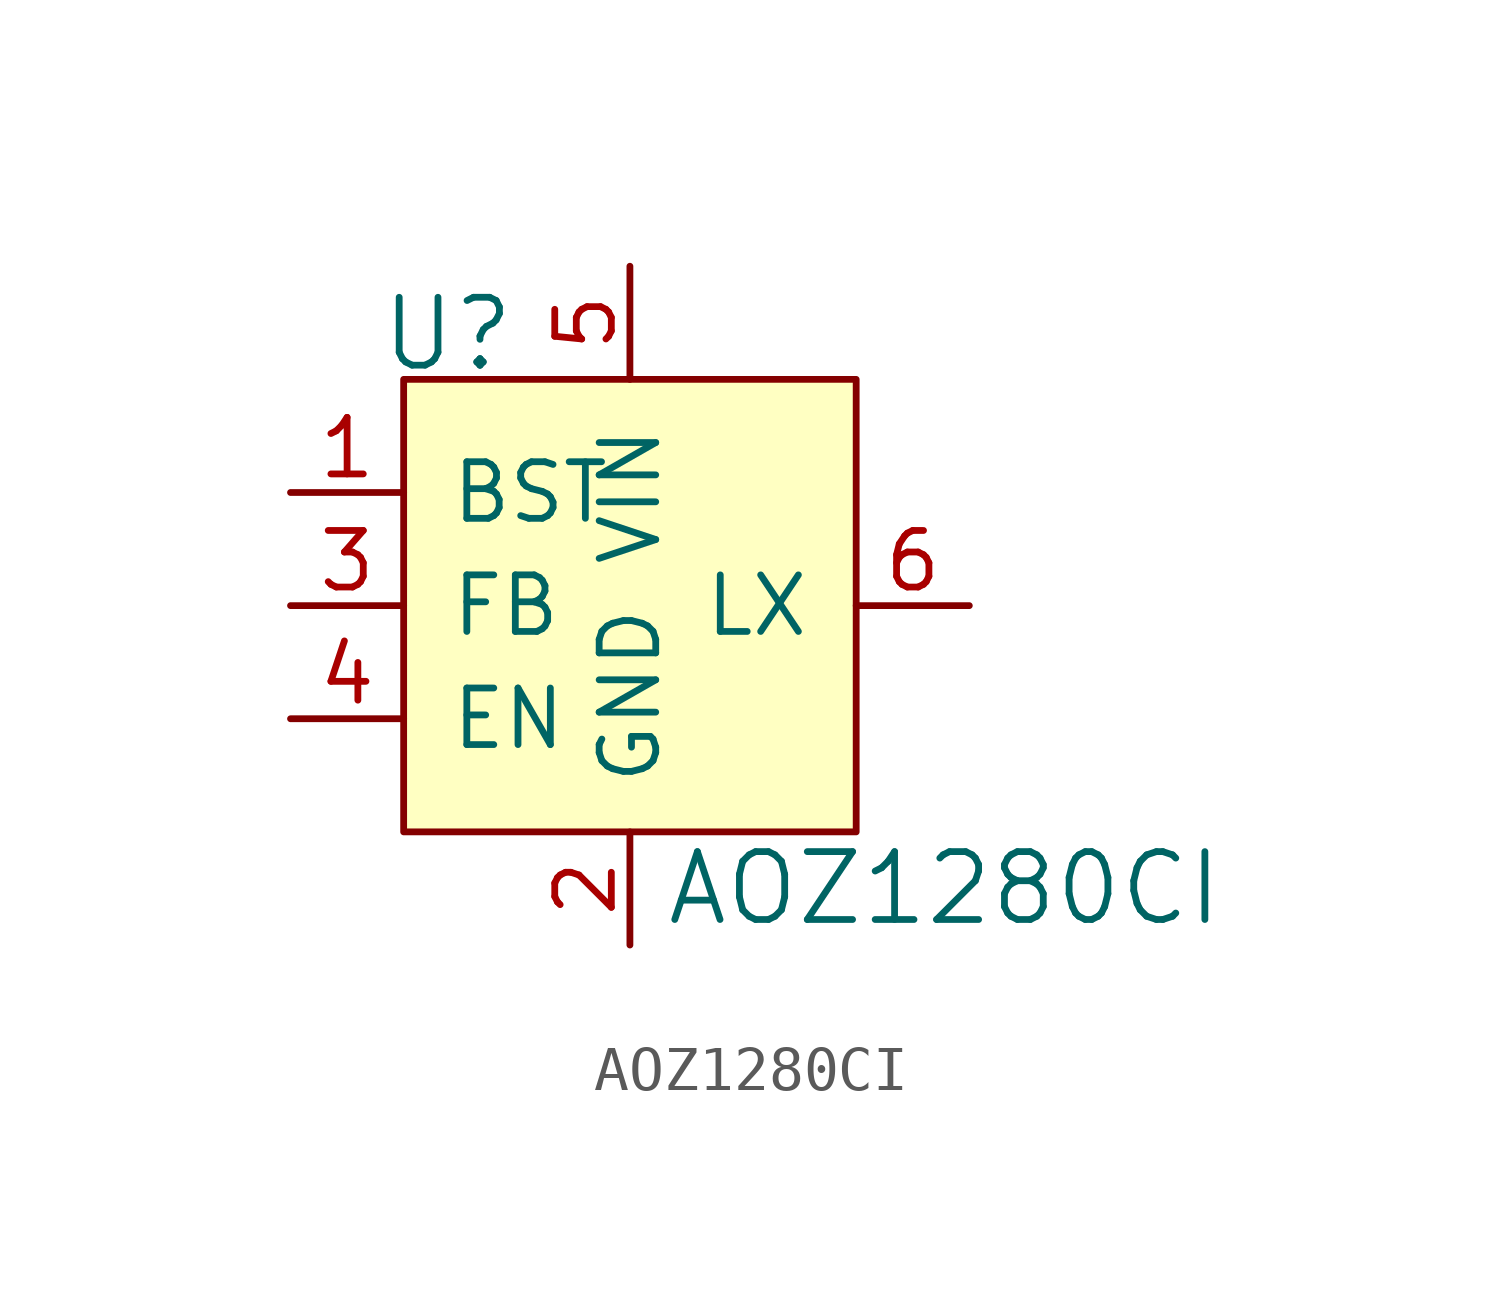
<source format=kicad_sym>
(kicad_symbol_lib
  (version 20201005)
  (generator kicad_symbol_editor)
  (symbol "AOZ1280CI"
    (pin_names
      (offset 1.016))
    (property "Reference" "U"
      (at -2.54 3.556 0)
      (effects (font (size 1.524 1.524)) (justify right)))
    (property "Value" "AOZ1280CI"
      (at 0.762 -8.89 0)
      (effects (font (size 1.524 1.524)) (justify left)))
    (symbol "AOZ1280CI_0_1"
      (rectangle (start -5.08 2.54) (end 5.08 -7.62) (stroke (width 0)) (fill (type background))))
    (symbol "AOZ1280CI_1_1"
      (pin passive line (at -7.62 0 0) (length 2.54) (name "BST" (effects (font (size 1.27 1.27)))) (number "1" (effects (font (size 1.27 1.27)))))
      (pin power_in line (at 0 -10.16 90) (length 2.54) (name "GND" (effects (font (size 1.27 1.27)))) (number "2" (effects (font (size 1.27 1.27)))))
      (pin passive line (at -7.62 -2.54 0) (length 2.54) (name "FB" (effects (font (size 1.27 1.27)))) (number "3" (effects (font (size 1.27 1.27)))))
      (pin input line (at -7.62 -5.08 0) (length 2.54) (name "EN" (effects (font (size 1.27 1.27)))) (number "4" (effects (font (size 1.27 1.27)))))
      (pin power_in line (at 0 5.08 270) (length 2.54) (name "VIN" (effects (font (size 1.27 1.27)))) (number "5" (effects (font (size 1.27 1.27)))))
      (pin output line (at 7.62 -2.54 180) (length 2.54) (name "LX" (effects (font (size 1.27 1.27)))) (number "6" (effects (font (size 1.27 1.27))))))))
</source>
